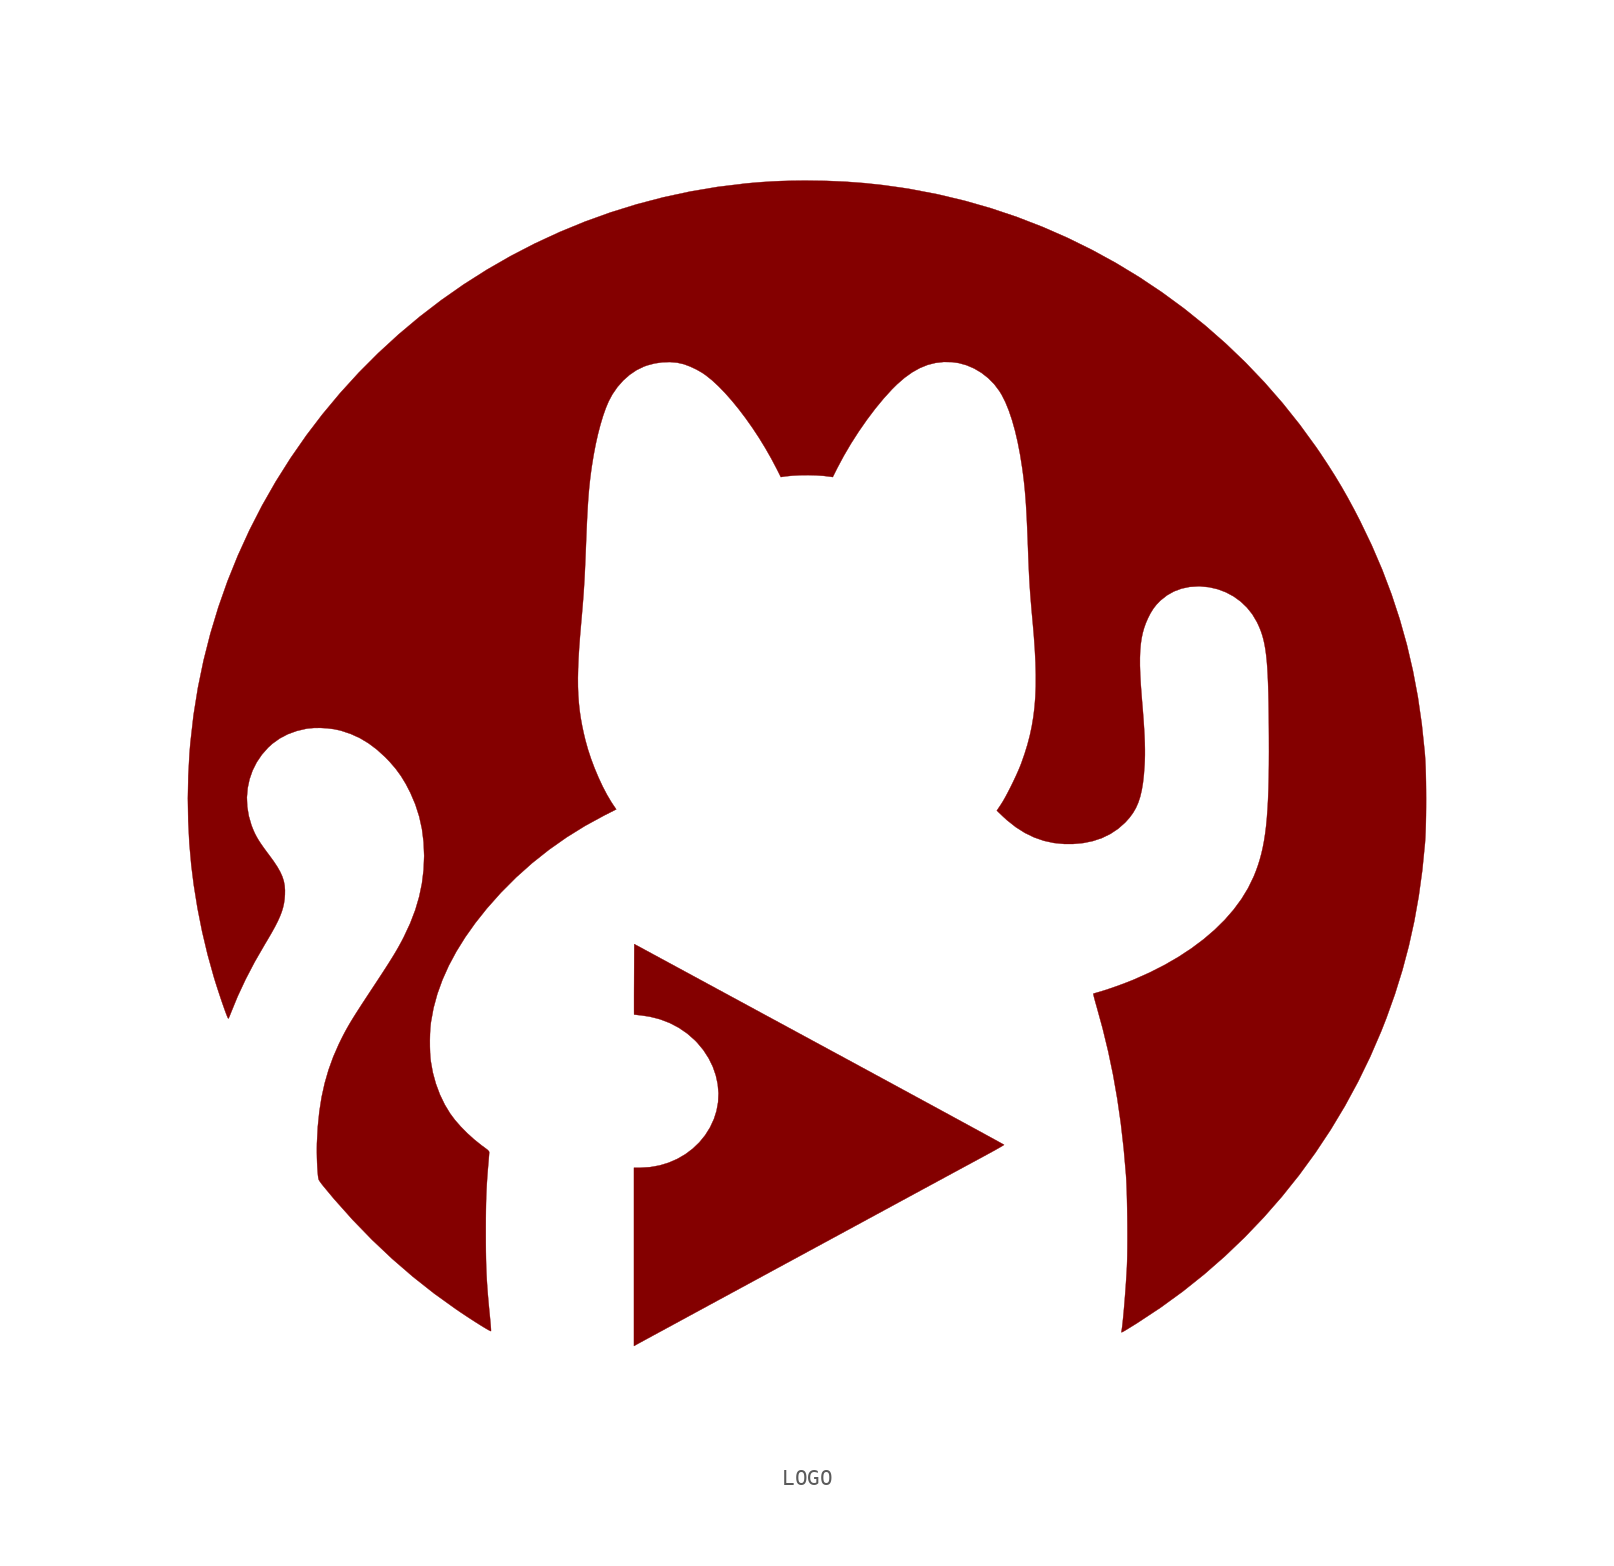
<source format=kicad_sym>
(kicad_symbol_lib
  (version 20210619)
  (generator bitmap2component)
  (symbol "LOGO"
    (pin_names
      (offset 1.016))
    (property "Reference" "#G"
      (at 0 38.867 0)
      (effects (font (size 1.27 1.27)) hide))
    (symbol "LOGO_0_0"
      (polyline (pts (xy -10.616 -34.137) (xy -10.607 -34.132) (xy -10.533 -34.092) (xy -10.394 -34.016) (xy -10.193 -33.906) (xy -9.933 -33.765) (xy -9.617 -33.593) (xy -9.249 -33.393) (xy -8.832 -33.167) (xy -8.369 -32.916) (xy -7.863 -32.641) (xy -7.318 -32.345) (xy -6.736 -32.03) (xy -6.122 -31.696) (xy -5.477 -31.347) (xy -4.806 -30.983) (xy -4.112 -30.607) (xy -3.398 -30.22) (xy -2.666 -29.823) (xy -2.08 -29.505) (xy -1.315 -29.09) (xy -0.552 -28.677) (xy 0.204 -28.267) (xy 0.948 -27.864) (xy 1.676 -27.469) (xy 2.385 -27.085) (xy 3.068 -26.715) (xy 3.722 -26.36) (xy 4.343 -26.023) (xy 4.925 -25.708) (xy 5.465 -25.415) (xy 5.957 -25.148) (xy 6.398 -24.909) (xy 6.783 -24.7) (xy 7.108 -24.524) (xy 7.367 -24.384) (xy 7.722 -24.191) (xy 8.179 -23.944) (xy 8.644 -23.692) (xy 9.107 -23.441) (xy 9.555 -23.199) (xy 9.979 -22.97) (xy 10.367 -22.76) (xy 10.708 -22.576) (xy 10.99 -22.424) (xy 11.046 -22.393) (xy 11.339 -22.234) (xy 11.607 -22.087) (xy 11.843 -21.956) (xy 12.039 -21.845) (xy 12.187 -21.759) (xy 12.281 -21.701) (xy 12.313 -21.676) (xy 12.312 -21.675) (xy 12.264 -21.647) (xy 12.15 -21.583) (xy 11.972 -21.485) (xy 11.732 -21.353) (xy 11.434 -21.19) (xy 11.08 -20.996) (xy 10.671 -20.773) (xy 10.212 -20.523) (xy 9.704 -20.247) (xy 9.15 -19.945) (xy 8.553 -19.62) (xy 7.915 -19.273) (xy 7.238 -18.906) (xy 6.526 -18.519) (xy 5.78 -18.114) (xy 5.004 -17.692) (xy 4.199 -17.256) (xy 3.369 -16.806) (xy 2.516 -16.343) (xy 1.642 -15.87) (xy 0.75 -15.387) (xy -10.804 -9.128) (xy -10.814 -11.325) (xy -10.815 -11.598) (xy -10.817 -11.991) (xy -10.818 -12.356) (xy -10.818 -12.684) (xy -10.818 -12.969) (xy -10.818 -13.203) (xy -10.817 -13.38) (xy -10.816 -13.492) (xy -10.814 -13.532) (xy -10.784 -13.538) (xy -10.688 -13.55) (xy -10.545 -13.568) (xy -10.369 -13.586) (xy -9.848 -13.664) (xy -9.206 -13.826) (xy -8.597 -14.058) (xy -8.025 -14.357) (xy -7.494 -14.721) (xy -7.009 -15.148) (xy -6.864 -15.298) (xy -6.478 -15.765) (xy -6.155 -16.265) (xy -5.897 -16.789) (xy -5.708 -17.333) (xy -5.587 -17.888) (xy -5.539 -18.449) (xy -5.563 -19.009) (xy -5.664 -19.56) (xy -5.826 -20.067) (xy -6.069 -20.592) (xy -6.374 -21.078) (xy -6.736 -21.522) (xy -7.151 -21.919) (xy -7.612 -22.266) (xy -8.116 -22.559) (xy -8.655 -22.793) (xy -9.225 -22.966) (xy -9.822 -23.072) (xy -10.438 -23.109) (xy -10.824 -23.109) (xy -10.824 -34.254) (xy -10.616 -34.137)) (stroke (width 0.01)) (fill (type outline)))
      (polyline (pts (xy 19.683 -33.39) (xy 19.742 -33.363) (xy 19.838 -33.309) (xy 19.978 -33.225) (xy 20.169 -33.108) (xy 20.42 -32.953) (xy 20.647 -32.811) (xy 22.088 -31.859) (xy 23.483 -30.845) (xy 24.828 -29.77) (xy 26.123 -28.637) (xy 27.365 -27.448) (xy 28.553 -26.205) (xy 29.685 -24.91) (xy 30.76 -23.566) (xy 31.774 -22.174) (xy 32.727 -20.737) (xy 33.617 -19.256) (xy 34.441 -17.734) (xy 35.199 -16.174) (xy 35.889 -14.576) (xy 36.213 -13.75) (xy 36.745 -12.259) (xy 37.212 -10.758) (xy 37.614 -9.241) (xy 37.954 -7.699) (xy 38.234 -6.125) (xy 38.456 -4.509) (xy 38.62 -2.844) (xy 38.623 -2.815) (xy 38.645 -2.474) (xy 38.662 -2.067) (xy 38.676 -1.609) (xy 38.686 -1.112) (xy 38.692 -0.59) (xy 38.694 -0.055) (xy 38.691 0.479) (xy 38.685 1) (xy 38.675 1.494) (xy 38.661 1.948) (xy 38.643 2.35) (xy 38.621 2.686) (xy 38.603 2.898) (xy 38.422 4.63) (xy 38.178 6.318) (xy 37.867 7.968) (xy 37.491 9.584) (xy 37.046 11.171) (xy 36.533 12.733) (xy 35.949 14.276) (xy 35.293 15.804) (xy 34.564 17.322) (xy 34.188 18.05) (xy 33.797 18.774) (xy 33.404 19.464) (xy 32.996 20.142) (xy 32.56 20.83) (xy 32.084 21.549) (xy 31.82 21.935) (xy 30.802 23.335) (xy 29.726 24.684) (xy 28.595 25.98) (xy 27.41 27.222) (xy 26.173 28.408) (xy 24.888 29.536) (xy 23.557 30.605) (xy 22.181 31.614) (xy 20.763 32.562) (xy 19.306 33.445) (xy 17.811 34.264) (xy 16.281 35.017) (xy 14.718 35.702) (xy 13.125 36.318) (xy 11.504 36.863) (xy 9.857 37.335) (xy 8.187 37.734) (xy 6.495 38.058) (xy 5.931 38.149) (xy 4.747 38.314) (xy 3.583 38.439) (xy 2.416 38.526) (xy 1.222 38.577) (xy -0.02 38.594) (xy -0.331 38.593) (xy -0.996 38.585) (xy -1.616 38.568) (xy -2.214 38.541) (xy -2.813 38.503) (xy -3.437 38.453) (xy -3.885 38.411) (xy -5.603 38.201) (xy -7.304 37.914) (xy -8.985 37.553) (xy -10.644 37.118) (xy -12.279 36.611) (xy -13.888 36.032) (xy -15.468 35.383) (xy -17.017 34.666) (xy -18.533 33.881) (xy -20.013 33.03) (xy -21.456 32.113) (xy -22.858 31.133) (xy -24.218 30.09) (xy -25.534 28.985) (xy -26.803 27.82) (xy -28.023 26.597) (xy -29.191 25.315) (xy -30.306 23.977) (xy -31.302 22.67) (xy -32.296 21.24) (xy -33.222 19.772) (xy -34.08 18.268) (xy -34.867 16.729) (xy -35.584 15.159) (xy -36.23 13.559) (xy -36.803 11.931) (xy -37.303 10.278) (xy -37.728 8.602) (xy -38.079 6.905) (xy -38.354 5.189) (xy -38.551 3.457) (xy -38.605 2.804) (xy -38.681 1.403) (xy -38.708 -0.02) (xy -38.686 -1.443) (xy -38.615 -2.846) (xy -38.494 -4.207) (xy -38.341 -5.43) (xy -38.106 -6.892) (xy -37.817 -8.348) (xy -37.478 -9.777) (xy -37.094 -11.159) (xy -37.085 -11.189) (xy -36.992 -11.492) (xy -36.891 -11.809) (xy -36.787 -12.129) (xy -36.682 -12.445) (xy -36.58 -12.748) (xy -36.482 -13.028) (xy -36.393 -13.278) (xy -36.316 -13.487) (xy -36.253 -13.647) (xy -36.207 -13.75) (xy -36.182 -13.786) (xy -36.168 -13.774) (xy -36.13 -13.706) (xy -36.085 -13.599) (xy -36.048 -13.503) (xy -35.601 -12.411) (xy -35.094 -11.325) (xy -34.524 -10.234) (xy -33.885 -9.127) (xy -33.718 -8.848) (xy -33.467 -8.417) (xy -33.257 -8.036) (xy -33.084 -7.696) (xy -32.946 -7.389) (xy -32.838 -7.106) (xy -32.757 -6.839) (xy -32.7 -6.579) (xy -32.663 -6.317) (xy -32.642 -6.044) (xy -32.638 -5.762) (xy -32.66 -5.466) (xy -32.714 -5.183) (xy -32.805 -4.902) (xy -32.936 -4.612) (xy -33.113 -4.301) (xy -33.339 -3.959) (xy -33.619 -3.575) (xy -33.774 -3.368) (xy -33.986 -3.078) (xy -34.158 -2.83) (xy -34.299 -2.611) (xy -34.417 -2.409) (xy -34.518 -2.213) (xy -34.61 -2.01) (xy -34.731 -1.703) (xy -34.9 -1.122) (xy -34.996 -0.536) (xy -35.019 0.046) (xy -34.97 0.621) (xy -34.851 1.181) (xy -34.663 1.72) (xy -34.406 2.232) (xy -34.081 2.712) (xy -33.691 3.153) (xy -33.426 3.394) (xy -32.969 3.722) (xy -32.464 3.988) (xy -31.912 4.191) (xy -31.311 4.331) (xy -31.197 4.348) (xy -30.825 4.38) (xy -30.416 4.383) (xy -29.997 4.359) (xy -29.593 4.309) (xy -29.232 4.234) (xy -29.108 4.201) (xy -28.511 4) (xy -27.95 3.742) (xy -27.415 3.421) (xy -26.896 3.031) (xy -26.386 2.568) (xy -26.098 2.271) (xy -25.72 1.833) (xy -25.387 1.376) (xy -25.084 0.879) (xy -24.798 0.324) (xy -24.492 -0.394) (xy -24.248 -1.154) (xy -24.075 -1.939) (xy -23.973 -2.756) (xy -23.938 -3.608) (xy -23.938 -3.627) (xy -23.973 -4.49) (xy -24.076 -5.335) (xy -24.249 -6.168) (xy -24.493 -6.997) (xy -24.811 -7.829) (xy -25.204 -8.671) (xy -25.299 -8.856) (xy -25.415 -9.074) (xy -25.535 -9.292) (xy -25.663 -9.516) (xy -25.804 -9.755) (xy -25.963 -10.014) (xy -26.144 -10.303) (xy -26.351 -10.627) (xy -26.59 -10.995) (xy -26.864 -11.414) (xy -27.178 -11.89) (xy -27.271 -12.031) (xy -27.562 -12.474) (xy -27.816 -12.861) (xy -28.035 -13.2) (xy -28.225 -13.497) (xy -28.39 -13.761) (xy -28.535 -13.998) (xy -28.664 -14.217) (xy -28.781 -14.424) (xy -28.892 -14.626) (xy -29 -14.832) (xy -29.11 -15.048) (xy -29.277 -15.39) (xy -29.624 -16.186) (xy -29.917 -16.996) (xy -30.157 -17.829) (xy -30.348 -18.694) (xy -30.49 -19.6) (xy -30.587 -20.555) (xy -30.64 -21.568) (xy -30.641 -21.585) (xy -30.645 -21.872) (xy -30.645 -22.179) (xy -30.639 -22.493) (xy -30.629 -22.803) (xy -30.614 -23.096) (xy -30.597 -23.36) (xy -30.577 -23.582) (xy -30.555 -23.749) (xy -30.531 -23.85) (xy -30.515 -23.883) (xy -30.452 -23.98) (xy -30.36 -24.108) (xy -30.25 -24.248) (xy -29.569 -25.066) (xy -28.404 -26.372) (xy -27.194 -27.618) (xy -25.94 -28.802) (xy -24.645 -29.922) (xy -23.312 -30.974) (xy -21.944 -31.957) (xy -21.931 -31.965) (xy -21.626 -32.172) (xy -21.321 -32.375) (xy -21.024 -32.57) (xy -20.741 -32.752) (xy -20.481 -32.916) (xy -20.25 -33.059) (xy -20.055 -33.176) (xy -19.903 -33.262) (xy -19.803 -33.312) (xy -19.761 -33.323) (xy -19.759 -33.316) (xy -19.759 -33.247) (xy -19.767 -33.115) (xy -19.781 -32.932) (xy -19.8 -32.711) (xy -19.824 -32.462) (xy -19.859 -32.108) (xy -19.911 -31.556) (xy -19.955 -31.055) (xy -19.991 -30.589) (xy -20.02 -30.146) (xy -20.043 -29.71) (xy -20.06 -29.267) (xy -20.072 -28.803) (xy -20.08 -28.303) (xy -20.084 -27.753) (xy -20.085 -27.138) (xy -20.085 -26.86) (xy -20.083 -26.299) (xy -20.078 -25.799) (xy -20.07 -25.345) (xy -20.058 -24.925) (xy -20.042 -24.526) (xy -20.022 -24.134) (xy -19.996 -23.736) (xy -19.965 -23.32) (xy -19.927 -22.872) (xy -19.914 -22.722) (xy -19.897 -22.511) (xy -19.883 -22.333) (xy -19.874 -22.203) (xy -19.87 -22.137) (xy -19.889 -22.082) (xy -19.969 -21.994) (xy -20.116 -21.881) (xy -20.351 -21.71) (xy -20.808 -21.343) (xy -21.246 -20.948) (xy -21.652 -20.536) (xy -22.012 -20.124) (xy -22.311 -19.723) (xy -22.647 -19.169) (xy -22.953 -18.535) (xy -23.204 -17.862) (xy -23.396 -17.163) (xy -23.523 -16.452) (xy -23.544 -16.263) (xy -23.567 -15.92) (xy -23.579 -15.537) (xy -23.581 -15.137) (xy -23.572 -14.745) (xy -23.552 -14.383) (xy -23.522 -14.075) (xy -23.512 -14) (xy -23.352 -13.124) (xy -23.113 -12.245) (xy -22.795 -11.364) (xy -22.399 -10.479) (xy -21.923 -9.591) (xy -21.369 -8.701) (xy -20.736 -7.808) (xy -20.024 -6.912) (xy -19.14 -5.916) (xy -18.19 -4.963) (xy -17.186 -4.067) (xy -16.13 -3.229) (xy -15.025 -2.452) (xy -13.872 -1.737) (xy -12.674 -1.085) (xy -11.93 -0.708) (xy -12.124 -0.423) (xy -12.234 -0.256) (xy -12.507 0.205) (xy -12.778 0.722) (xy -13.039 1.281) (xy -13.285 1.865) (xy -13.508 2.459) (xy -13.701 3.047) (xy -13.859 3.615) (xy -13.969 4.077) (xy -14.069 4.552) (xy -14.153 5.02) (xy -14.22 5.487) (xy -14.27 5.962) (xy -14.305 6.452) (xy -14.324 6.964) (xy -14.327 7.508) (xy -14.315 8.09) (xy -14.289 8.719) (xy -14.248 9.402) (xy -14.192 10.147) (xy -14.122 10.962) (xy -14.116 11.031) (xy -14.071 11.545) (xy -14.032 12.01) (xy -13.997 12.443) (xy -13.967 12.857) (xy -13.941 13.265) (xy -13.916 13.683) (xy -13.894 14.123) (xy -13.872 14.601) (xy -13.85 15.129) (xy -13.826 15.722) (xy -13.811 16.11) (xy -13.786 16.73) (xy -13.761 17.285) (xy -13.736 17.782) (xy -13.711 18.229) (xy -13.684 18.636) (xy -13.656 19.01) (xy -13.625 19.359) (xy -13.591 19.693) (xy -13.554 20.018) (xy -13.512 20.345) (xy -13.466 20.68) (xy -13.455 20.754) (xy -13.343 21.444) (xy -13.215 22.113) (xy -13.072 22.75) (xy -12.916 23.347) (xy -12.752 23.893) (xy -12.58 24.38) (xy -12.404 24.797) (xy -12.17 25.234) (xy -11.855 25.691) (xy -11.494 26.1) (xy -11.095 26.453) (xy -10.665 26.745) (xy -10.211 26.966) (xy -10.001 27.042) (xy -9.534 27.166) (xy -9.053 27.236) (xy -8.577 27.252) (xy -8.121 27.213) (xy -7.703 27.118) (xy -7.688 27.113) (xy -7.305 26.969) (xy -6.915 26.785) (xy -6.555 26.578) (xy -6.328 26.421) (xy -5.943 26.113) (xy -5.541 25.74) (xy -5.124 25.31) (xy -4.699 24.829) (xy -4.27 24.303) (xy -3.843 23.739) (xy -3.421 23.143) (xy -3.011 22.522) (xy -2.618 21.881) (xy -2.245 21.228) (xy -1.898 20.569) (xy -1.644 20.063) (xy -1.503 20.085) (xy -1.361 20.106) (xy -0.919 20.151) (xy -0.434 20.177) (xy 0.071 20.183) (xy 0.572 20.17) (xy 1.044 20.137) (xy 1.464 20.085) (xy 1.605 20.063) (xy 1.848 20.549) (xy 1.891 20.635) (xy 2.299 21.397) (xy 2.748 22.162) (xy 3.231 22.915) (xy 3.738 23.644) (xy 4.259 24.335) (xy 4.786 24.974) (xy 5.309 25.549) (xy 5.617 25.855) (xy 6.096 26.271) (xy 6.573 26.613) (xy 7.052 26.88) (xy 7.537 27.076) (xy 8.031 27.201) (xy 8.54 27.258) (xy 9.066 27.248) (xy 9.467 27.192) (xy 9.964 27.055) (xy 10.445 26.848) (xy 10.899 26.578) (xy 11.319 26.249) (xy 11.696 25.868) (xy 12.019 25.439) (xy 12.161 25.206) (xy 12.392 24.75) (xy 12.608 24.221) (xy 12.81 23.623) (xy 12.996 22.961) (xy 13.165 22.237) (xy 13.316 21.456) (xy 13.448 20.62) (xy 13.45 20.608) (xy 13.498 20.249) (xy 13.542 19.897) (xy 13.581 19.543) (xy 13.616 19.179) (xy 13.648 18.797) (xy 13.678 18.386) (xy 13.705 17.94) (xy 13.731 17.449) (xy 13.756 16.905) (xy 13.781 16.299) (xy 13.807 15.623) (xy 13.814 15.421) (xy 13.834 14.886) (xy 13.854 14.409) (xy 13.874 13.977) (xy 13.896 13.575) (xy 13.919 13.188) (xy 13.946 12.801) (xy 13.977 12.4) (xy 14.013 11.969) (xy 14.054 11.495) (xy 14.103 10.962) (xy 14.171 10.177) (xy 14.233 9.294) (xy 14.275 8.475) (xy 14.294 7.712) (xy 14.292 6.997) (xy 14.266 6.325) (xy 14.216 5.686) (xy 14.142 5.075) (xy 14.044 4.485) (xy 13.92 3.907) (xy 13.77 3.335) (xy 13.593 2.762) (xy 13.389 2.179) (xy 13.331 2.028) (xy 13.208 1.732) (xy 13.061 1.404) (xy 12.899 1.058) (xy 12.729 0.71) (xy 12.557 0.375) (xy 12.393 0.067) (xy 12.243 -0.198) (xy 12.114 -0.404) (xy 11.857 -0.788) (xy 12.244 -1.156) (xy 12.492 -1.383) (xy 13.043 -1.819) (xy 13.61 -2.179) (xy 14.196 -2.463) (xy 14.802 -2.673) (xy 15.43 -2.809) (xy 16.082 -2.872) (xy 16.62 -2.872) (xy 17.264 -2.813) (xy 17.869 -2.688) (xy 18.435 -2.498) (xy 18.958 -2.243) (xy 19.437 -1.925) (xy 19.87 -1.544) (xy 19.917 -1.496) (xy 20.163 -1.218) (xy 20.373 -0.931) (xy 20.552 -0.624) (xy 20.7 -0.289) (xy 20.822 0.081) (xy 20.919 0.496) (xy 20.996 0.963) (xy 21.054 1.492) (xy 21.096 2.091) (xy 21.108 2.35) (xy 21.116 2.689) (xy 21.116 3.051) (xy 21.108 3.444) (xy 21.091 3.876) (xy 21.065 4.355) (xy 21.03 4.888) (xy 20.985 5.484) (xy 20.93 6.151) (xy 20.906 6.449) (xy 20.856 7.123) (xy 20.823 7.73) (xy 20.805 8.276) (xy 20.805 8.767) (xy 20.821 9.21) (xy 20.855 9.612) (xy 20.908 9.98) (xy 20.979 10.32) (xy 21.069 10.639) (xy 21.179 10.945) (xy 21.309 11.243) (xy 21.465 11.55) (xy 21.644 11.838) (xy 21.841 12.091) (xy 22.074 12.332) (xy 22.1 12.356) (xy 22.497 12.67) (xy 22.932 12.915) (xy 23.404 13.091) (xy 23.911 13.198) (xy 24.45 13.233) (xy 24.567 13.232) (xy 25.127 13.179) (xy 25.666 13.054) (xy 26.178 12.861) (xy 26.657 12.604) (xy 27.096 12.286) (xy 27.489 11.912) (xy 27.831 11.484) (xy 28.113 11.007) (xy 28.19 10.848) (xy 28.29 10.621) (xy 28.38 10.389) (xy 28.46 10.145) (xy 28.53 9.884) (xy 28.592 9.602) (xy 28.646 9.293) (xy 28.692 8.952) (xy 28.732 8.574) (xy 28.765 8.153) (xy 28.792 7.685) (xy 28.814 7.163) (xy 28.832 6.584) (xy 28.846 5.941) (xy 28.856 5.229) (xy 28.864 4.444) (xy 28.868 3.814) (xy 28.87 2.902) (xy 28.866 2.06) (xy 28.855 1.285) (xy 28.838 0.572) (xy 28.813 -0.085) (xy 28.78 -0.689) (xy 28.739 -1.246) (xy 28.69 -1.76) (xy 28.631 -2.235) (xy 28.562 -2.678) (xy 28.483 -3.092) (xy 28.394 -3.482) (xy 28.293 -3.853) (xy 28.181 -4.21) (xy 28.057 -4.556) (xy 27.92 -4.898) (xy 27.904 -4.934) (xy 27.565 -5.632) (xy 27.15 -6.313) (xy 26.662 -6.975) (xy 26.104 -7.616) (xy 25.477 -8.234) (xy 24.785 -8.827) (xy 24.028 -9.394) (xy 23.211 -9.932) (xy 22.334 -10.439) (xy 21.4 -10.913) (xy 20.412 -11.353) (xy 20.341 -11.382) (xy 19.992 -11.521) (xy 19.615 -11.663) (xy 19.231 -11.802) (xy 18.858 -11.93) (xy 18.518 -12.041) (xy 18.23 -12.127) (xy 18.181 -12.141) (xy 18.041 -12.181) (xy 17.937 -12.213) (xy 17.89 -12.229) (xy 17.889 -12.235) (xy 17.899 -12.298) (xy 17.928 -12.422) (xy 17.973 -12.595) (xy 18.031 -12.807) (xy 18.099 -13.045) (xy 18.47 -14.393) (xy 18.82 -15.838) (xy 19.126 -17.303) (xy 19.388 -18.798) (xy 19.609 -20.333) (xy 19.79 -21.918) (xy 19.933 -23.563) (xy 19.933 -23.567) (xy 19.952 -23.866) (xy 19.968 -24.233) (xy 19.983 -24.654) (xy 19.995 -25.119) (xy 20.005 -25.615) (xy 20.013 -26.131) (xy 20.019 -26.654) (xy 20.021 -27.173) (xy 20.021 -27.677) (xy 20.018 -28.152) (xy 20.012 -28.587) (xy 20.003 -28.971) (xy 19.991 -29.291) (xy 19.987 -29.37) (xy 19.967 -29.734) (xy 19.943 -30.123) (xy 19.916 -30.528) (xy 19.886 -30.94) (xy 19.854 -31.349) (xy 19.822 -31.745) (xy 19.789 -32.12) (xy 19.757 -32.463) (xy 19.726 -32.765) (xy 19.698 -33.017) (xy 19.672 -33.209) (xy 19.651 -33.332) (xy 19.646 -33.353) (xy 19.643 -33.381) (xy 19.653 -33.395) (xy 19.683 -33.39)) (stroke (width 0.01)) (fill (type outline))))))
</source>
